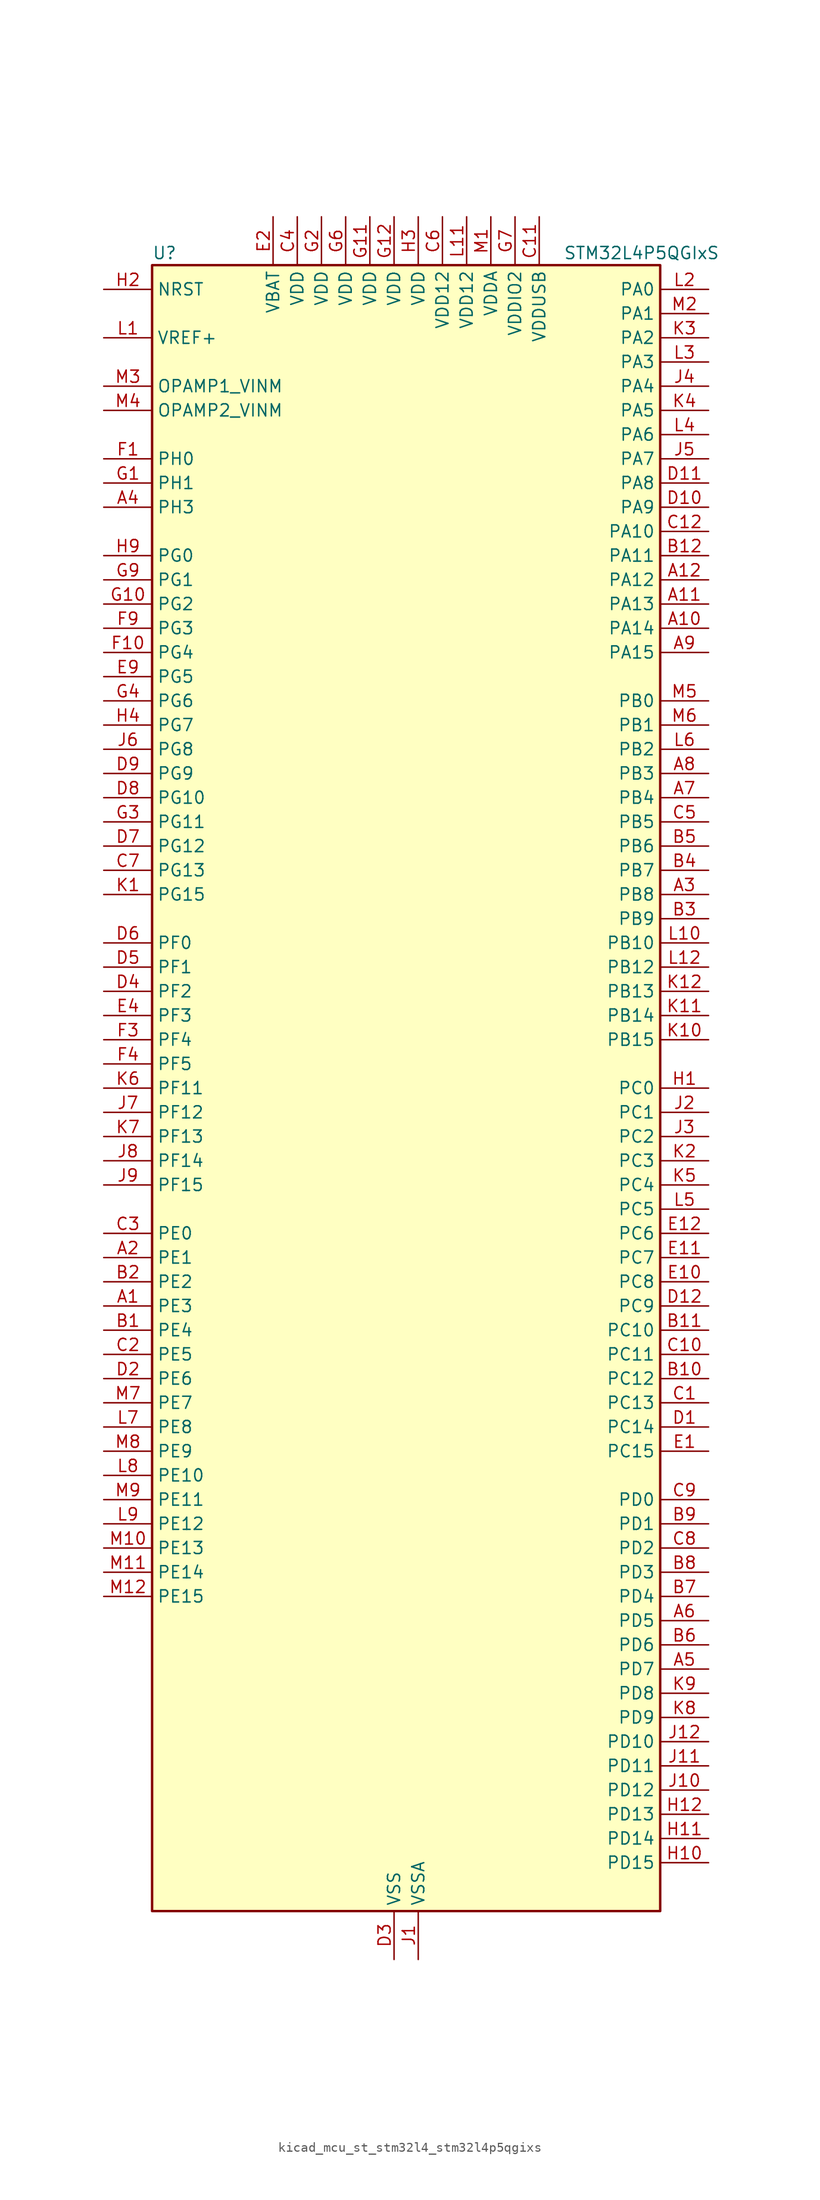
<source format=kicad_sym>
(kicad_symbol_lib
  (version 20220914)
  (generator kicad_symbol_editor)
  (symbol "kicad_mcu_st_stm32l4_stm32l4p5qgixs"
    (property "Reference" "U"
      (at -25.4 87.63 0)
      (effects (font (size 1.27 1.27)) (justify left)))
    (property "Value" "STM32L4P5QGIxS"
      (at 17.78 87.63 0)
      (effects (font (size 1.27 1.27)) (justify left)))
    (property "ki_locked" ""
      (at 0 0 0)
      (effects (font (size 1.27 1.27))))
    (symbol "kicad_mcu_st_stm32l4_stm32l4p5qgixs_0_1"
      (rectangle (start -25.4 -86.36) (end 27.94 86.36) (stroke (width 0.254) (type default)) (fill (type background))))
    (symbol "kicad_mcu_st_stm32l4_stm32l4p5qgixs_1_1"
      (pin bidirectional line (at -30.48 -22.86 0) (length 5.08) (name "PE3" (effects (font (size 1.27 1.27)))) (number "A1" (effects (font (size 1.27 1.27)))) (alternate "FMC_A19" bidirectional line) (alternate "LTDC_R6" bidirectional line) (alternate "OCTOSPIM_P1_DQS" bidirectional line) (alternate "SAI1_SD_B" bidirectional line) (alternate "SYS_TRACED0" bidirectional line) (alternate "TIM3_CH1" bidirectional line) (alternate "TSC_G7_IO2" bidirectional line))
      (pin bidirectional line (at 33.02 48.26 180) (length 5.08) (name "PA14" (effects (font (size 1.27 1.27)))) (number "A10" (effects (font (size 1.27 1.27)))) (alternate "I2C1_SMBA" bidirectional line) (alternate "I2C4_SMBA" bidirectional line) (alternate "LPTIM1_OUT" bidirectional line) (alternate "SAI1_FS_B" bidirectional line) (alternate "SYS_JTCK-SWCLK" bidirectional line) (alternate "USB_OTG_FS_SOF" bidirectional line))
      (pin bidirectional line (at 33.02 50.8 180) (length 5.08) (name "PA13" (effects (font (size 1.27 1.27)))) (number "A11" (effects (font (size 1.27 1.27)))) (alternate "IR_OUT" bidirectional line) (alternate "SAI1_SD_B" bidirectional line) (alternate "SYS_JTMS-SWDIO" bidirectional line) (alternate "USB_OTG_FS_NOE" bidirectional line))
      (pin bidirectional line (at 33.02 53.34 180) (length 5.08) (name "PA12" (effects (font (size 1.27 1.27)))) (number "A12" (effects (font (size 1.27 1.27)))) (alternate "CAN1_TX" bidirectional line) (alternate "LTDC_VSYNC" bidirectional line) (alternate "OCTOSPIM_P2_NCS" bidirectional line) (alternate "SPI1_MOSI" bidirectional line) (alternate "TIM1_ETR" bidirectional line) (alternate "USART1_DE" bidirectional line) (alternate "USART1_RTS" bidirectional line) (alternate "USB_OTG_FS_DP" bidirectional line))
      (pin bidirectional line (at -30.48 -17.78 0) (length 5.08) (name "PE1" (effects (font (size 1.27 1.27)))) (number "A2" (effects (font (size 1.27 1.27)))) (alternate "DCMI_D3" bidirectional line) (alternate "FMC_NBL1" bidirectional line) (alternate "LTDC_VSYNC" bidirectional line) (alternate "PSSI_D3" bidirectional line) (alternate "TIM17_CH1" bidirectional line))
      (pin bidirectional line (at 33.02 20.32 180) (length 5.08) (name "PB8" (effects (font (size 1.27 1.27)))) (number "A3" (effects (font (size 1.27 1.27)))) (alternate "CAN1_RX" bidirectional line) (alternate "DCMI_D6" bidirectional line) (alternate "DFSDM1_CKOUT" bidirectional line) (alternate "I2C1_SCL" bidirectional line) (alternate "LTDC_DE" bidirectional line) (alternate "PSSI_D6" bidirectional line) (alternate "SAI1_CK1" bidirectional line) (alternate "SAI1_MCLK_A" bidirectional line) (alternate "SDMMC1_CKIN" bidirectional line) (alternate "SDMMC1_D4" bidirectional line) (alternate "SDMMC2_D4" bidirectional line) (alternate "TIM16_CH1" bidirectional line) (alternate "TIM4_CH3" bidirectional line))
      (pin bidirectional line (at -30.48 60.96 0) (length 5.08) (name "PH3" (effects (font (size 1.27 1.27)))) (number "A4" (effects (font (size 1.27 1.27)))))
      (pin bidirectional line (at 33.02 -60.96 180) (length 5.08) (name "PD7" (effects (font (size 1.27 1.27)))) (number "A5" (effects (font (size 1.27 1.27)))) (alternate "DFSDM1_CKIN1" bidirectional line) (alternate "FMC_NCE" bidirectional line) (alternate "FMC_NE1" bidirectional line) (alternate "OCTOSPIM_P1_IO7" bidirectional line) (alternate "SDMMC2_CMD" bidirectional line) (alternate "USART2_CK" bidirectional line))
      (pin bidirectional line (at 33.02 -55.88 180) (length 5.08) (name "PD5" (effects (font (size 1.27 1.27)))) (number "A6" (effects (font (size 1.27 1.27)))) (alternate "FMC_NWE" bidirectional line) (alternate "OCTOSPIM_P1_IO5" bidirectional line) (alternate "USART2_TX" bidirectional line))
      (pin bidirectional line (at 33.02 30.48 180) (length 5.08) (name "PB4" (effects (font (size 1.27 1.27)))) (number "A7" (effects (font (size 1.27 1.27)))) (alternate "COMP2_INP" bidirectional line) (alternate "DCMI_D12" bidirectional line) (alternate "I2C3_SDA" bidirectional line) (alternate "OCTOSPIM_P1_IO5" bidirectional line) (alternate "PSSI_D12" bidirectional line) (alternate "SAI1_MCLK_B" bidirectional line) (alternate "SDMMC2_D3" bidirectional line) (alternate "SPI1_MISO" bidirectional line) (alternate "SPI3_MISO" bidirectional line) (alternate "SYS_JTRST" bidirectional line) (alternate "TIM17_BKIN" bidirectional line) (alternate "TIM3_CH1" bidirectional line) (alternate "TSC_G2_IO1" bidirectional line) (alternate "UART5_DE" bidirectional line) (alternate "UART5_RTS" bidirectional line) (alternate "USART1_CTS" bidirectional line) (alternate "USART1_NSS" bidirectional line))
      (pin bidirectional line (at 33.02 33.02 180) (length 5.08) (name "PB3" (effects (font (size 1.27 1.27)))) (number "A8" (effects (font (size 1.27 1.27)))) (alternate "COMP2_INM" bidirectional line) (alternate "CRS_SYNC" bidirectional line) (alternate "OCTOSPIM_P1_IO4" bidirectional line) (alternate "SAI1_SCK_B" bidirectional line) (alternate "SDMMC2_D2" bidirectional line) (alternate "SPI1_SCK" bidirectional line) (alternate "SPI3_SCK" bidirectional line) (alternate "SYS_JTDO-SWO" bidirectional line) (alternate "TIM2_CH2" bidirectional line) (alternate "USART1_DE" bidirectional line) (alternate "USART1_RTS" bidirectional line))
      (pin bidirectional line (at 33.02 45.72 180) (length 5.08) (name "PA15" (effects (font (size 1.27 1.27)))) (number "A9" (effects (font (size 1.27 1.27)))) (alternate "ADC1_EXTI15" bidirectional line) (alternate "ADC2_EXTI15" bidirectional line) (alternate "LTDC_HSYNC" bidirectional line) (alternate "SAI2_FS_B" bidirectional line) (alternate "SPI1_NSS" bidirectional line) (alternate "SPI3_NSS" bidirectional line) (alternate "SYS_JTDI" bidirectional line) (alternate "TIM2_CH1" bidirectional line) (alternate "TIM2_ETR" bidirectional line) (alternate "TSC_G3_IO1" bidirectional line) (alternate "UART4_DE" bidirectional line) (alternate "UART4_RTS" bidirectional line) (alternate "USART2_RX" bidirectional line) (alternate "USART3_DE" bidirectional line) (alternate "USART3_RTS" bidirectional line))
      (pin bidirectional line (at -30.48 -25.4 0) (length 5.08) (name "PE4" (effects (font (size 1.27 1.27)))) (number "B1" (effects (font (size 1.27 1.27)))) (alternate "DCMI_D4" bidirectional line) (alternate "DFSDM1_DATIN3" bidirectional line) (alternate "FMC_A20" bidirectional line) (alternate "LTDC_B7" bidirectional line) (alternate "PSSI_D4" bidirectional line) (alternate "SAI1_D2" bidirectional line) (alternate "SAI1_FS_A" bidirectional line) (alternate "SYS_TRACED1" bidirectional line) (alternate "TIM3_CH2" bidirectional line) (alternate "TSC_G7_IO3" bidirectional line))
      (pin bidirectional line (at 33.02 -30.48 180) (length 5.08) (name "PC12" (effects (font (size 1.27 1.27)))) (number "B10" (effects (font (size 1.27 1.27)))) (alternate "DCMI_D9" bidirectional line) (alternate "LTDC_R6" bidirectional line) (alternate "PSSI_D9" bidirectional line) (alternate "SAI2_SD_B" bidirectional line) (alternate "SDMMC1_CK" bidirectional line) (alternate "SPI3_MOSI" bidirectional line) (alternate "SYS_TRACED3" bidirectional line) (alternate "TSC_G3_IO4" bidirectional line) (alternate "UART5_TX" bidirectional line) (alternate "USART3_CK" bidirectional line))
      (pin bidirectional line (at 33.02 -25.4 180) (length 5.08) (name "PC10" (effects (font (size 1.27 1.27)))) (number "B11" (effects (font (size 1.27 1.27)))) (alternate "DCMI_D8" bidirectional line) (alternate "DCMI_VSYNC" bidirectional line) (alternate "PSSI_D8" bidirectional line) (alternate "PSSI_RDY" bidirectional line) (alternate "SAI2_SCK_B" bidirectional line) (alternate "SDMMC1_D2" bidirectional line) (alternate "SPI3_SCK" bidirectional line) (alternate "SYS_TRACED1" bidirectional line) (alternate "TSC_G3_IO2" bidirectional line) (alternate "UART4_TX" bidirectional line) (alternate "USART3_TX" bidirectional line))
      (pin bidirectional line (at 33.02 55.88 180) (length 5.08) (name "PA11" (effects (font (size 1.27 1.27)))) (number "B12" (effects (font (size 1.27 1.27)))) (alternate "ADC1_EXTI11" bidirectional line) (alternate "ADC2_EXTI11" bidirectional line) (alternate "CAN1_RX" bidirectional line) (alternate "LTDC_DE" bidirectional line) (alternate "SPI1_MISO" bidirectional line) (alternate "TIM1_BKIN2" bidirectional line) (alternate "TIM1_CH4" bidirectional line) (alternate "USART1_CTS" bidirectional line) (alternate "USART1_NSS" bidirectional line) (alternate "USB_OTG_FS_DM" bidirectional line))
      (pin bidirectional line (at -30.48 -20.32 0) (length 5.08) (name "PE2" (effects (font (size 1.27 1.27)))) (number "B2" (effects (font (size 1.27 1.27)))) (alternate "FMC_A23" bidirectional line) (alternate "LTDC_R7" bidirectional line) (alternate "SAI1_CK1" bidirectional line) (alternate "SAI1_MCLK_A" bidirectional line) (alternate "SYS_TRACECLK" bidirectional line) (alternate "TIM3_ETR" bidirectional line) (alternate "TSC_G7_IO1" bidirectional line))
      (pin bidirectional line (at 33.02 17.78 180) (length 5.08) (name "PB9" (effects (font (size 1.27 1.27)))) (number "B3" (effects (font (size 1.27 1.27)))) (alternate "CAN1_TX" bidirectional line) (alternate "DAC1_EXTI9" bidirectional line) (alternate "DCMI_D7" bidirectional line) (alternate "I2C1_SDA" bidirectional line) (alternate "IR_OUT" bidirectional line) (alternate "PSSI_D7" bidirectional line) (alternate "SAI1_D2" bidirectional line) (alternate "SAI1_FS_A" bidirectional line) (alternate "SDMMC1_CDIR" bidirectional line) (alternate "SDMMC1_D5" bidirectional line) (alternate "SDMMC2_D5" bidirectional line) (alternate "SPI2_NSS" bidirectional line) (alternate "TIM17_CH1" bidirectional line) (alternate "TIM4_CH4" bidirectional line))
      (pin bidirectional line (at 33.02 22.86 180) (length 5.08) (name "PB7" (effects (font (size 1.27 1.27)))) (number "B4" (effects (font (size 1.27 1.27)))) (alternate "COMP2_INM" bidirectional line) (alternate "DCMI_VSYNC" bidirectional line) (alternate "FMC_NL" bidirectional line) (alternate "I2C1_SDA" bidirectional line) (alternate "I2C4_SDA" bidirectional line) (alternate "LPTIM1_IN2" bidirectional line) (alternate "LTDC_VSYNC" bidirectional line) (alternate "PSSI_RDY" bidirectional line) (alternate "SYS_PVD_IN" bidirectional line) (alternate "TIM17_CH1N" bidirectional line) (alternate "TIM4_CH2" bidirectional line) (alternate "TIM8_BKIN" bidirectional line) (alternate "TSC_G2_IO4" bidirectional line) (alternate "UART4_CTS" bidirectional line) (alternate "USART1_RX" bidirectional line))
      (pin bidirectional line (at 33.02 25.4 180) (length 5.08) (name "PB6" (effects (font (size 1.27 1.27)))) (number "B5" (effects (font (size 1.27 1.27)))) (alternate "COMP2_INP" bidirectional line) (alternate "DCMI_D5" bidirectional line) (alternate "I2C1_SCL" bidirectional line) (alternate "I2C4_SCL" bidirectional line) (alternate "LPTIM1_ETR" bidirectional line) (alternate "LTDC_R6" bidirectional line) (alternate "PSSI_D5" bidirectional line) (alternate "SAI1_FS_B" bidirectional line) (alternate "TIM16_CH1N" bidirectional line) (alternate "TIM4_CH1" bidirectional line) (alternate "TIM8_BKIN2" bidirectional line) (alternate "TSC_G2_IO3" bidirectional line) (alternate "USART1_TX" bidirectional line))
      (pin bidirectional line (at 33.02 -58.42 180) (length 5.08) (name "PD6" (effects (font (size 1.27 1.27)))) (number "B6" (effects (font (size 1.27 1.27)))) (alternate "DCMI_D10" bidirectional line) (alternate "DFSDM1_DATIN1" bidirectional line) (alternate "FMC_NWAIT" bidirectional line) (alternate "LTDC_DE" bidirectional line) (alternate "OCTOSPIM_P1_IO6" bidirectional line) (alternate "PSSI_D10" bidirectional line) (alternate "SAI1_D1" bidirectional line) (alternate "SAI1_SD_A" bidirectional line) (alternate "SDMMC2_CK" bidirectional line) (alternate "SPI3_MOSI" bidirectional line) (alternate "USART2_RX" bidirectional line))
      (pin bidirectional line (at 33.02 -53.34 180) (length 5.08) (name "PD4" (effects (font (size 1.27 1.27)))) (number "B7" (effects (font (size 1.27 1.27)))) (alternate "DFSDM1_CKIN0" bidirectional line) (alternate "FMC_NOE" bidirectional line) (alternate "OCTOSPIM_P1_IO4" bidirectional line) (alternate "SDMMC2_CKIN" bidirectional line) (alternate "SPI2_MOSI" bidirectional line) (alternate "USART2_DE" bidirectional line) (alternate "USART2_RTS" bidirectional line))
      (pin bidirectional line (at 33.02 -50.8 180) (length 5.08) (name "PD3" (effects (font (size 1.27 1.27)))) (number "B8" (effects (font (size 1.27 1.27)))) (alternate "DCMI_D5" bidirectional line) (alternate "DFSDM1_DATIN0" bidirectional line) (alternate "FMC_CLK" bidirectional line) (alternate "LTDC_CLK" bidirectional line) (alternate "OCTOSPIM_P2_NCS" bidirectional line) (alternate "PSSI_D5" bidirectional line) (alternate "SPI2_MISO" bidirectional line) (alternate "SPI2_SCK" bidirectional line) (alternate "USART2_CTS" bidirectional line) (alternate "USART2_NSS" bidirectional line))
      (pin bidirectional line (at 33.02 -45.72 180) (length 5.08) (name "PD1" (effects (font (size 1.27 1.27)))) (number "B9" (effects (font (size 1.27 1.27)))) (alternate "CAN1_TX" bidirectional line) (alternate "FMC_D3" bidirectional line) (alternate "FMC_DA3" bidirectional line) (alternate "LTDC_B5" bidirectional line) (alternate "SPI2_SCK" bidirectional line))
      (pin bidirectional line (at 33.02 -33.02 180) (length 5.08) (name "PC13" (effects (font (size 1.27 1.27)))) (number "C1" (effects (font (size 1.27 1.27)))) (alternate "RTC_OUT1" bidirectional line) (alternate "RTC_TAMP1" bidirectional line) (alternate "RTC_TS" bidirectional line) (alternate "SYS_WKUP2" bidirectional line))
      (pin bidirectional line (at 33.02 -27.94 180) (length 5.08) (name "PC11" (effects (font (size 1.27 1.27)))) (number "C10" (effects (font (size 1.27 1.27)))) (alternate "ADC1_EXTI11" bidirectional line) (alternate "ADC2_EXTI11" bidirectional line) (alternate "DCMI_D2" bidirectional line) (alternate "DCMI_D4" bidirectional line) (alternate "OCTOSPIM_P1_NCS" bidirectional line) (alternate "PSSI_D2" bidirectional line) (alternate "PSSI_D4" bidirectional line) (alternate "SAI2_MCLK_B" bidirectional line) (alternate "SDMMC1_D3" bidirectional line) (alternate "SPI3_MISO" bidirectional line) (alternate "TSC_G3_IO3" bidirectional line) (alternate "UART4_RX" bidirectional line) (alternate "USART3_RX" bidirectional line))
      (pin power_in line (at 15.24 91.44 270) (length 5.08) (name "VDDUSB" (effects (font (size 1.27 1.27)))) (number "C11" (effects (font (size 1.27 1.27)))))
      (pin bidirectional line (at 33.02 58.42 180) (length 5.08) (name "PA10" (effects (font (size 1.27 1.27)))) (number "C12" (effects (font (size 1.27 1.27)))) (alternate "DCMI_D1" bidirectional line) (alternate "LTDC_G6" bidirectional line) (alternate "PSSI_D1" bidirectional line) (alternate "SAI1_D1" bidirectional line) (alternate "SAI1_SD_A" bidirectional line) (alternate "TIM17_BKIN" bidirectional line) (alternate "TIM1_CH3" bidirectional line) (alternate "USART1_RX" bidirectional line) (alternate "USB_OTG_FS_ID" bidirectional line))
      (pin bidirectional line (at -30.48 -27.94 0) (length 5.08) (name "PE5" (effects (font (size 1.27 1.27)))) (number "C2" (effects (font (size 1.27 1.27)))) (alternate "DCMI_D6" bidirectional line) (alternate "DFSDM1_CKIN3" bidirectional line) (alternate "FMC_A21" bidirectional line) (alternate "LTDC_G7" bidirectional line) (alternate "PSSI_D6" bidirectional line) (alternate "SAI1_CK2" bidirectional line) (alternate "SAI1_SCK_A" bidirectional line) (alternate "SYS_TRACED2" bidirectional line) (alternate "TIM3_CH3" bidirectional line) (alternate "TSC_G7_IO4" bidirectional line))
      (pin bidirectional line (at -30.48 -15.24 0) (length 5.08) (name "PE0" (effects (font (size 1.27 1.27)))) (number "C3" (effects (font (size 1.27 1.27)))) (alternate "DCMI_D2" bidirectional line) (alternate "FMC_NBL0" bidirectional line) (alternate "LTDC_HSYNC" bidirectional line) (alternate "PSSI_D2" bidirectional line) (alternate "TIM16_CH1" bidirectional line) (alternate "TIM4_ETR" bidirectional line))
      (pin power_in line (at -10.16 91.44 270) (length 5.08) (name "VDD" (effects (font (size 1.27 1.27)))) (number "C4" (effects (font (size 1.27 1.27)))))
      (pin bidirectional line (at 33.02 27.94 180) (length 5.08) (name "PB5" (effects (font (size 1.27 1.27)))) (number "C5" (effects (font (size 1.27 1.27)))) (alternate "COMP2_OUT" bidirectional line) (alternate "DCMI_D10" bidirectional line) (alternate "I2C1_SMBA" bidirectional line) (alternate "LPTIM1_IN1" bidirectional line) (alternate "OCTOSPIM_P1_IO0" bidirectional line) (alternate "PSSI_D10" bidirectional line) (alternate "SAI1_SD_B" bidirectional line) (alternate "SPI1_MOSI" bidirectional line) (alternate "SPI3_MOSI" bidirectional line) (alternate "TIM16_BKIN" bidirectional line) (alternate "TIM3_CH2" bidirectional line) (alternate "TSC_G2_IO2" bidirectional line) (alternate "UART5_CTS" bidirectional line) (alternate "USART1_CK" bidirectional line))
      (pin power_in line (at 5.08 91.44 270) (length 5.08) (name "VDD12" (effects (font (size 1.27 1.27)))) (number "C6" (effects (font (size 1.27 1.27)))))
      (pin bidirectional line (at -30.48 22.86 0) (length 5.08) (name "PG13" (effects (font (size 1.27 1.27)))) (number "C7" (effects (font (size 1.27 1.27)))) (alternate "FMC_A24" bidirectional line) (alternate "I2C1_SDA" bidirectional line) (alternate "LTDC_R0" bidirectional line) (alternate "USART1_CK" bidirectional line))
      (pin bidirectional line (at 33.02 -48.26 180) (length 5.08) (name "PD2" (effects (font (size 1.27 1.27)))) (number "C8" (effects (font (size 1.27 1.27)))) (alternate "DCMI_D11" bidirectional line) (alternate "PSSI_D11" bidirectional line) (alternate "SDMMC1_CMD" bidirectional line) (alternate "SYS_TRACED2" bidirectional line) (alternate "TIM3_ETR" bidirectional line) (alternate "TSC_SYNC" bidirectional line) (alternate "UART5_RX" bidirectional line) (alternate "USART3_DE" bidirectional line) (alternate "USART3_RTS" bidirectional line))
      (pin bidirectional line (at 33.02 -43.18 180) (length 5.08) (name "PD0" (effects (font (size 1.27 1.27)))) (number "C9" (effects (font (size 1.27 1.27)))) (alternate "CAN1_RX" bidirectional line) (alternate "FMC_D2" bidirectional line) (alternate "FMC_DA2" bidirectional line) (alternate "LTDC_B4" bidirectional line) (alternate "SPI2_NSS" bidirectional line))
      (pin bidirectional line (at 33.02 -35.56 180) (length 5.08) (name "PC14" (effects (font (size 1.27 1.27)))) (number "D1" (effects (font (size 1.27 1.27)))) (alternate "RCC_OSC32_IN" bidirectional line))
      (pin bidirectional line (at 33.02 60.96 180) (length 5.08) (name "PA9" (effects (font (size 1.27 1.27)))) (number "D10" (effects (font (size 1.27 1.27)))) (alternate "DAC1_EXTI9" bidirectional line) (alternate "DCMI_D0" bidirectional line) (alternate "LTDC_G7" bidirectional line) (alternate "PSSI_D0" bidirectional line) (alternate "SAI1_FS_A" bidirectional line) (alternate "SPI2_SCK" bidirectional line) (alternate "TIM15_BKIN" bidirectional line) (alternate "TIM1_CH2" bidirectional line) (alternate "USART1_TX" bidirectional line) (alternate "USB_OTG_FS_VBUS" bidirectional line))
      (pin bidirectional line (at 33.02 63.5 180) (length 5.08) (name "PA8" (effects (font (size 1.27 1.27)))) (number "D11" (effects (font (size 1.27 1.27)))) (alternate "LPTIM2_OUT" bidirectional line) (alternate "LTDC_B7" bidirectional line) (alternate "RCC_MCO" bidirectional line) (alternate "SAI1_CK2" bidirectional line) (alternate "SAI1_SCK_A" bidirectional line) (alternate "TIM1_CH1" bidirectional line) (alternate "USART1_CK" bidirectional line) (alternate "USB_OTG_FS_SOF" bidirectional line))
      (pin bidirectional line (at 33.02 -22.86 180) (length 5.08) (name "PC9" (effects (font (size 1.27 1.27)))) (number "D12" (effects (font (size 1.27 1.27)))) (alternate "DAC1_EXTI9" bidirectional line) (alternate "DCMI_D3" bidirectional line) (alternate "I2C3_SDA" bidirectional line) (alternate "PSSI_D3" bidirectional line) (alternate "SAI2_EXTCLK" bidirectional line) (alternate "SDMMC1_D1" bidirectional line) (alternate "SYS_TRACED0" bidirectional line) (alternate "TIM3_CH4" bidirectional line) (alternate "TIM8_BKIN2" bidirectional line) (alternate "TIM8_CH4" bidirectional line) (alternate "TSC_G4_IO4" bidirectional line) (alternate "USB_OTG_FS_NOE" bidirectional line))
      (pin bidirectional line (at -30.48 -30.48 0) (length 5.08) (name "PE6" (effects (font (size 1.27 1.27)))) (number "D2" (effects (font (size 1.27 1.27)))) (alternate "DCMI_D7" bidirectional line) (alternate "FMC_A22" bidirectional line) (alternate "LTDC_G6" bidirectional line) (alternate "PSSI_D7" bidirectional line) (alternate "RTC_TAMP3" bidirectional line) (alternate "SAI1_D1" bidirectional line) (alternate "SAI1_SD_A" bidirectional line) (alternate "SYS_TRACED3" bidirectional line) (alternate "SYS_WKUP3" bidirectional line) (alternate "TIM3_CH4" bidirectional line))
      (pin power_in line (at 0 -91.44 90) (length 5.08) (name "VSS" (effects (font (size 1.27 1.27)))) (number "D3" (effects (font (size 1.27 1.27)))))
      (pin bidirectional line (at -30.48 10.16 0) (length 5.08) (name "PF2" (effects (font (size 1.27 1.27)))) (number "D4" (effects (font (size 1.27 1.27)))) (alternate "FMC_A2" bidirectional line) (alternate "I2C2_SMBA" bidirectional line) (alternate "OCTOSPIM_P2_IO2" bidirectional line))
      (pin bidirectional line (at -30.48 12.7 0) (length 5.08) (name "PF1" (effects (font (size 1.27 1.27)))) (number "D5" (effects (font (size 1.27 1.27)))) (alternate "FMC_A1" bidirectional line) (alternate "I2C2_SCL" bidirectional line) (alternate "OCTOSPIM_P2_IO1" bidirectional line))
      (pin bidirectional line (at -30.48 15.24 0) (length 5.08) (name "PF0" (effects (font (size 1.27 1.27)))) (number "D6" (effects (font (size 1.27 1.27)))) (alternate "FMC_A0" bidirectional line) (alternate "I2C2_SDA" bidirectional line) (alternate "OCTOSPIM_P2_IO0" bidirectional line))
      (pin bidirectional line (at -30.48 25.4 0) (length 5.08) (name "PG12" (effects (font (size 1.27 1.27)))) (number "D7" (effects (font (size 1.27 1.27)))) (alternate "FMC_NE4" bidirectional line) (alternate "LPTIM1_ETR" bidirectional line) (alternate "OCTOSPIM_P2_NCS" bidirectional line) (alternate "SAI2_SD_A" bidirectional line) (alternate "SDMMC2_D3" bidirectional line) (alternate "SPI3_NSS" bidirectional line) (alternate "USART1_DE" bidirectional line) (alternate "USART1_RTS" bidirectional line))
      (pin bidirectional line (at -30.48 30.48 0) (length 5.08) (name "PG10" (effects (font (size 1.27 1.27)))) (number "D8" (effects (font (size 1.27 1.27)))) (alternate "FMC_NE3" bidirectional line) (alternate "LPTIM1_IN1" bidirectional line) (alternate "OCTOSPIM_P2_IO7" bidirectional line) (alternate "SAI2_FS_A" bidirectional line) (alternate "SDMMC2_D1" bidirectional line) (alternate "SPI3_MISO" bidirectional line) (alternate "TIM15_CH1" bidirectional line) (alternate "USART1_RX" bidirectional line))
      (pin bidirectional line (at -30.48 33.02 0) (length 5.08) (name "PG9" (effects (font (size 1.27 1.27)))) (number "D9" (effects (font (size 1.27 1.27)))) (alternate "DAC1_EXTI9" bidirectional line) (alternate "FMC_NCE" bidirectional line) (alternate "FMC_NE2" bidirectional line) (alternate "OCTOSPIM_P2_IO6" bidirectional line) (alternate "SAI2_SCK_A" bidirectional line) (alternate "SDMMC2_D0" bidirectional line) (alternate "SPI3_SCK" bidirectional line) (alternate "TIM15_CH1N" bidirectional line) (alternate "USART1_TX" bidirectional line))
      (pin bidirectional line (at 33.02 -38.1 180) (length 5.08) (name "PC15" (effects (font (size 1.27 1.27)))) (number "E1" (effects (font (size 1.27 1.27)))) (alternate "ADC1_EXTI15" bidirectional line) (alternate "ADC2_EXTI15" bidirectional line) (alternate "RCC_OSC32_OUT" bidirectional line))
      (pin bidirectional line (at 33.02 -20.32 180) (length 5.08) (name "PC8" (effects (font (size 1.27 1.27)))) (number "E10" (effects (font (size 1.27 1.27)))) (alternate "DCMI_D2" bidirectional line) (alternate "PSSI_D2" bidirectional line) (alternate "SDMMC1_D0" bidirectional line) (alternate "TIM3_CH3" bidirectional line) (alternate "TIM8_CH3" bidirectional line) (alternate "TSC_G4_IO3" bidirectional line))
      (pin bidirectional line (at 33.02 -17.78 180) (length 5.08) (name "PC7" (effects (font (size 1.27 1.27)))) (number "E11" (effects (font (size 1.27 1.27)))) (alternate "DCMI_D1" bidirectional line) (alternate "DFSDM1_DATIN3" bidirectional line) (alternate "LTDC_B6" bidirectional line) (alternate "PSSI_D1" bidirectional line) (alternate "SAI2_MCLK_B" bidirectional line) (alternate "SDMMC1_D123DIR" bidirectional line) (alternate "SDMMC1_D7" bidirectional line) (alternate "SDMMC2_D7" bidirectional line) (alternate "TIM3_CH2" bidirectional line) (alternate "TIM8_CH2" bidirectional line) (alternate "TSC_G4_IO2" bidirectional line))
      (pin bidirectional line (at 33.02 -15.24 180) (length 5.08) (name "PC6" (effects (font (size 1.27 1.27)))) (number "E12" (effects (font (size 1.27 1.27)))) (alternate "DCMI_D0" bidirectional line) (alternate "DFSDM1_CKIN3" bidirectional line) (alternate "LTDC_G7" bidirectional line) (alternate "PSSI_D0" bidirectional line) (alternate "SAI2_MCLK_A" bidirectional line) (alternate "SDMMC1_D0DIR" bidirectional line) (alternate "SDMMC1_D6" bidirectional line) (alternate "SDMMC2_D6" bidirectional line) (alternate "TIM3_CH1" bidirectional line) (alternate "TIM8_CH1" bidirectional line) (alternate "TSC_G4_IO1" bidirectional line))
      (pin power_in line (at -12.7 91.44 270) (length 5.08) (name "VBAT" (effects (font (size 1.27 1.27)))) (number "E2" (effects (font (size 1.27 1.27)))))
      (pin passive line (at 0 -91.44 90) (length 5.08) hide (name "VSS" (effects (font (size 1.27 1.27)))) (number "E3" (effects (font (size 1.27 1.27)))))
      (pin bidirectional line (at -30.48 7.62 0) (length 5.08) (name "PF3" (effects (font (size 1.27 1.27)))) (number "E4" (effects (font (size 1.27 1.27)))) (alternate "FMC_A3" bidirectional line) (alternate "OCTOSPIM_P2_IO3" bidirectional line))
      (pin bidirectional line (at -30.48 43.18 0) (length 5.08) (name "PG5" (effects (font (size 1.27 1.27)))) (number "E9" (effects (font (size 1.27 1.27)))) (alternate "FMC_A15" bidirectional line) (alternate "LPUART1_CTS" bidirectional line) (alternate "SAI2_SD_B" bidirectional line) (alternate "SDMMC2_D7" bidirectional line) (alternate "SPI1_NSS" bidirectional line))
      (pin bidirectional line (at -30.48 66.04 0) (length 5.08) (name "PH0" (effects (font (size 1.27 1.27)))) (number "F1" (effects (font (size 1.27 1.27)))) (alternate "RCC_OSC_IN" bidirectional line))
      (pin bidirectional line (at -30.48 45.72 0) (length 5.08) (name "PG4" (effects (font (size 1.27 1.27)))) (number "F10" (effects (font (size 1.27 1.27)))) (alternate "FMC_A14" bidirectional line) (alternate "SAI2_MCLK_B" bidirectional line) (alternate "SDMMC2_D6" bidirectional line) (alternate "SPI1_MOSI" bidirectional line))
      (pin passive line (at 0 -91.44 90) (length 5.08) hide (name "VSS" (effects (font (size 1.27 1.27)))) (number "F11" (effects (font (size 1.27 1.27)))))
      (pin passive line (at 0 -91.44 90) (length 5.08) hide (name "VSS" (effects (font (size 1.27 1.27)))) (number "F12" (effects (font (size 1.27 1.27)))))
      (pin passive line (at 0 -91.44 90) (length 5.08) hide (name "VSS" (effects (font (size 1.27 1.27)))) (number "F2" (effects (font (size 1.27 1.27)))))
      (pin bidirectional line (at -30.48 5.08 0) (length 5.08) (name "PF4" (effects (font (size 1.27 1.27)))) (number "F3" (effects (font (size 1.27 1.27)))) (alternate "FMC_A4" bidirectional line) (alternate "OCTOSPIM_P2_CLK" bidirectional line))
      (pin bidirectional line (at -30.48 2.54 0) (length 5.08) (name "PF5" (effects (font (size 1.27 1.27)))) (number "F4" (effects (font (size 1.27 1.27)))) (alternate "FMC_A5" bidirectional line) (alternate "OCTOSPIM_P2_NCLK" bidirectional line))
      (pin passive line (at 0 -91.44 90) (length 5.08) hide (name "VSS" (effects (font (size 1.27 1.27)))) (number "F6" (effects (font (size 1.27 1.27)))))
      (pin passive line (at 0 -91.44 90) (length 5.08) hide (name "VSS" (effects (font (size 1.27 1.27)))) (number "F7" (effects (font (size 1.27 1.27)))))
      (pin bidirectional line (at -30.48 48.26 0) (length 5.08) (name "PG3" (effects (font (size 1.27 1.27)))) (number "F9" (effects (font (size 1.27 1.27)))) (alternate "FMC_A13" bidirectional line) (alternate "SAI2_FS_B" bidirectional line) (alternate "SDMMC2_D5" bidirectional line) (alternate "SPI1_MISO" bidirectional line))
      (pin bidirectional line (at -30.48 63.5 0) (length 5.08) (name "PH1" (effects (font (size 1.27 1.27)))) (number "G1" (effects (font (size 1.27 1.27)))) (alternate "RCC_OSC_OUT" bidirectional line))
      (pin bidirectional line (at -30.48 50.8 0) (length 5.08) (name "PG2" (effects (font (size 1.27 1.27)))) (number "G10" (effects (font (size 1.27 1.27)))) (alternate "FMC_A12" bidirectional line) (alternate "SAI2_SCK_B" bidirectional line) (alternate "SDMMC2_D4" bidirectional line) (alternate "SPI1_SCK" bidirectional line))
      (pin power_in line (at -2.54 91.44 270) (length 5.08) (name "VDD" (effects (font (size 1.27 1.27)))) (number "G11" (effects (font (size 1.27 1.27)))))
      (pin power_in line (at 0 91.44 270) (length 5.08) (name "VDD" (effects (font (size 1.27 1.27)))) (number "G12" (effects (font (size 1.27 1.27)))))
      (pin power_in line (at -7.62 91.44 270) (length 5.08) (name "VDD" (effects (font (size 1.27 1.27)))) (number "G2" (effects (font (size 1.27 1.27)))))
      (pin bidirectional line (at -30.48 27.94 0) (length 5.08) (name "PG11" (effects (font (size 1.27 1.27)))) (number "G3" (effects (font (size 1.27 1.27)))) (alternate "ADC1_EXTI11" bidirectional line) (alternate "ADC2_EXTI11" bidirectional line) (alternate "LPTIM1_IN2" bidirectional line) (alternate "OCTOSPIM_P1_IO5" bidirectional line) (alternate "SAI2_MCLK_A" bidirectional line) (alternate "SDMMC2_D2" bidirectional line) (alternate "SPI3_MOSI" bidirectional line) (alternate "TIM15_CH2" bidirectional line) (alternate "USART1_CTS" bidirectional line) (alternate "USART1_NSS" bidirectional line))
      (pin bidirectional line (at -30.48 40.64 0) (length 5.08) (name "PG6" (effects (font (size 1.27 1.27)))) (number "G4" (effects (font (size 1.27 1.27)))) (alternate "I2C3_SMBA" bidirectional line) (alternate "LPUART1_DE" bidirectional line) (alternate "LPUART1_RTS" bidirectional line) (alternate "LTDC_R1" bidirectional line) (alternate "OCTOSPIM_P1_DQS" bidirectional line))
      (pin power_in line (at -5.08 91.44 270) (length 5.08) (name "VDD" (effects (font (size 1.27 1.27)))) (number "G6" (effects (font (size 1.27 1.27)))))
      (pin power_in line (at 12.7 91.44 270) (length 5.08) (name "VDDIO2" (effects (font (size 1.27 1.27)))) (number "G7" (effects (font (size 1.27 1.27)))))
      (pin bidirectional line (at -30.48 53.34 0) (length 5.08) (name "PG1" (effects (font (size 1.27 1.27)))) (number "G9" (effects (font (size 1.27 1.27)))) (alternate "FMC_A11" bidirectional line) (alternate "OCTOSPIM_P2_IO5" bidirectional line) (alternate "TSC_G8_IO4" bidirectional line))
      (pin bidirectional line (at 33.02 0 180) (length 5.08) (name "PC0" (effects (font (size 1.27 1.27)))) (number "H1" (effects (font (size 1.27 1.27)))) (alternate "ADC1_IN1" bidirectional line) (alternate "ADC2_IN1" bidirectional line) (alternate "I2C3_SCL" bidirectional line) (alternate "LPTIM1_IN1" bidirectional line) (alternate "LPTIM2_IN1" bidirectional line) (alternate "LPUART1_RX" bidirectional line) (alternate "LTDC_DE" bidirectional line) (alternate "SAI2_FS_A" bidirectional line) (alternate "SDMMC1_CMD" bidirectional line) (alternate "SDMMC2_CKIN" bidirectional line))
      (pin bidirectional line (at 33.02 -81.28 180) (length 5.08) (name "PD15" (effects (font (size 1.27 1.27)))) (number "H10" (effects (font (size 1.27 1.27)))) (alternate "ADC1_EXTI15" bidirectional line) (alternate "ADC2_EXTI15" bidirectional line) (alternate "FMC_D1" bidirectional line) (alternate "FMC_DA1" bidirectional line) (alternate "LTDC_B3" bidirectional line) (alternate "TIM4_CH4" bidirectional line))
      (pin bidirectional line (at 33.02 -78.74 180) (length 5.08) (name "PD14" (effects (font (size 1.27 1.27)))) (number "H11" (effects (font (size 1.27 1.27)))) (alternate "FMC_D0" bidirectional line) (alternate "FMC_DA0" bidirectional line) (alternate "LTDC_B2" bidirectional line) (alternate "TIM4_CH3" bidirectional line))
      (pin bidirectional line (at 33.02 -76.2 180) (length 5.08) (name "PD13" (effects (font (size 1.27 1.27)))) (number "H12" (effects (font (size 1.27 1.27)))) (alternate "FMC_A18" bidirectional line) (alternate "I2C4_SDA" bidirectional line) (alternate "LPTIM2_OUT" bidirectional line) (alternate "TIM4_CH2" bidirectional line) (alternate "TSC_G6_IO4" bidirectional line))
      (pin input line (at -30.48 83.82 0) (length 5.08) (name "NRST" (effects (font (size 1.27 1.27)))) (number "H2" (effects (font (size 1.27 1.27)))))
      (pin power_in line (at 2.54 91.44 270) (length 5.08) (name "VDD" (effects (font (size 1.27 1.27)))) (number "H3" (effects (font (size 1.27 1.27)))))
      (pin bidirectional line (at -30.48 38.1 0) (length 5.08) (name "PG7" (effects (font (size 1.27 1.27)))) (number "H4" (effects (font (size 1.27 1.27)))) (alternate "DFSDM1_CKOUT" bidirectional line) (alternate "FMC_INT" bidirectional line) (alternate "I2C3_SCL" bidirectional line) (alternate "LPUART1_TX" bidirectional line) (alternate "OCTOSPIM_P2_DQS" bidirectional line) (alternate "SAI1_CK1" bidirectional line) (alternate "SAI1_MCLK_A" bidirectional line))
      (pin bidirectional line (at -30.48 55.88 0) (length 5.08) (name "PG0" (effects (font (size 1.27 1.27)))) (number "H9" (effects (font (size 1.27 1.27)))) (alternate "FMC_A10" bidirectional line) (alternate "OCTOSPIM_P2_IO4" bidirectional line) (alternate "TSC_G8_IO3" bidirectional line))
      (pin power_in line (at 2.54 -91.44 90) (length 5.08) (name "VSSA" (effects (font (size 1.27 1.27)))) (number "J1" (effects (font (size 1.27 1.27)))))
      (pin bidirectional line (at 33.02 -73.66 180) (length 5.08) (name "PD12" (effects (font (size 1.27 1.27)))) (number "J10" (effects (font (size 1.27 1.27)))) (alternate "FMC_A17" bidirectional line) (alternate "FMC_ALE" bidirectional line) (alternate "I2C4_SCL" bidirectional line) (alternate "LPTIM2_IN1" bidirectional line) (alternate "LTDC_R7" bidirectional line) (alternate "SAI2_FS_A" bidirectional line) (alternate "TIM4_CH1" bidirectional line) (alternate "TSC_G6_IO3" bidirectional line) (alternate "USART3_DE" bidirectional line) (alternate "USART3_RTS" bidirectional line))
      (pin bidirectional line (at 33.02 -71.12 180) (length 5.08) (name "PD11" (effects (font (size 1.27 1.27)))) (number "J11" (effects (font (size 1.27 1.27)))) (alternate "ADC1_EXTI11" bidirectional line) (alternate "ADC2_EXTI11" bidirectional line) (alternate "FMC_A16" bidirectional line) (alternate "FMC_CLE" bidirectional line) (alternate "I2C4_SMBA" bidirectional line) (alternate "LPTIM2_ETR" bidirectional line) (alternate "LTDC_R6" bidirectional line) (alternate "SAI2_SD_A" bidirectional line) (alternate "TSC_G6_IO2" bidirectional line) (alternate "USART3_CTS" bidirectional line) (alternate "USART3_NSS" bidirectional line))
      (pin bidirectional line (at 33.02 -68.58 180) (length 5.08) (name "PD10" (effects (font (size 1.27 1.27)))) (number "J12" (effects (font (size 1.27 1.27)))) (alternate "FMC_D15" bidirectional line) (alternate "FMC_DA15" bidirectional line) (alternate "LTDC_R5" bidirectional line) (alternate "SAI2_SCK_A" bidirectional line) (alternate "TSC_G6_IO1" bidirectional line) (alternate "USART3_CK" bidirectional line))
      (pin bidirectional line (at 33.02 -2.54 180) (length 5.08) (name "PC1" (effects (font (size 1.27 1.27)))) (number "J2" (effects (font (size 1.27 1.27)))) (alternate "ADC1_IN2" bidirectional line) (alternate "ADC2_IN2" bidirectional line) (alternate "I2C3_SDA" bidirectional line) (alternate "LPTIM1_OUT" bidirectional line) (alternate "LPUART1_TX" bidirectional line) (alternate "OCTOSPIM_P1_IO4" bidirectional line) (alternate "SAI1_SD_A" bidirectional line) (alternate "SPI2_MOSI" bidirectional line) (alternate "SYS_TRACED0" bidirectional line))
      (pin bidirectional line (at 33.02 -5.08 180) (length 5.08) (name "PC2" (effects (font (size 1.27 1.27)))) (number "J3" (effects (font (size 1.27 1.27)))) (alternate "ADC1_IN3" bidirectional line) (alternate "ADC2_IN3" bidirectional line) (alternate "DFSDM1_CKOUT" bidirectional line) (alternate "LPTIM1_IN2" bidirectional line) (alternate "LTDC_HSYNC" bidirectional line) (alternate "OCTOSPIM_P1_IO5" bidirectional line) (alternate "SPI2_MISO" bidirectional line))
      (pin bidirectional line (at 33.02 73.66 180) (length 5.08) (name "PA4" (effects (font (size 1.27 1.27)))) (number "J4" (effects (font (size 1.27 1.27)))) (alternate "ADC1_IN9" bidirectional line) (alternate "ADC2_IN9" bidirectional line) (alternate "DAC1_OUT1" bidirectional line) (alternate "DCMI_HSYNC" bidirectional line) (alternate "LPTIM2_OUT" bidirectional line) (alternate "LTDC_CLK" bidirectional line) (alternate "OCTOSPIM_P1_NCS" bidirectional line) (alternate "PSSI_DE" bidirectional line) (alternate "SAI1_FS_B" bidirectional line) (alternate "SPI1_NSS" bidirectional line) (alternate "SPI3_NSS" bidirectional line) (alternate "USART2_CK" bidirectional line))
      (pin bidirectional line (at 33.02 66.04 180) (length 5.08) (name "PA7" (effects (font (size 1.27 1.27)))) (number "J5" (effects (font (size 1.27 1.27)))) (alternate "ADC1_IN12" bidirectional line) (alternate "ADC2_IN12" bidirectional line) (alternate "I2C3_SCL" bidirectional line) (alternate "OCTOSPIM_P1_IO2" bidirectional line) (alternate "OPAMP2_VINM" bidirectional line) (alternate "SPI1_MOSI" bidirectional line) (alternate "TIM17_CH1" bidirectional line) (alternate "TIM1_CH1N" bidirectional line) (alternate "TIM3_CH2" bidirectional line) (alternate "TIM8_CH1N" bidirectional line))
      (pin bidirectional line (at -30.48 35.56 0) (length 5.08) (name "PG8" (effects (font (size 1.27 1.27)))) (number "J6" (effects (font (size 1.27 1.27)))) (alternate "I2C3_SDA" bidirectional line) (alternate "LPUART1_RX" bidirectional line))
      (pin bidirectional line (at -30.48 -2.54 0) (length 5.08) (name "PF12" (effects (font (size 1.27 1.27)))) (number "J7" (effects (font (size 1.27 1.27)))) (alternate "FMC_A6" bidirectional line) (alternate "LTDC_B0" bidirectional line) (alternate "OCTOSPIM_P2_DQS" bidirectional line))
      (pin bidirectional line (at -30.48 -7.62 0) (length 5.08) (name "PF14" (effects (font (size 1.27 1.27)))) (number "J8" (effects (font (size 1.27 1.27)))) (alternate "FMC_A8" bidirectional line) (alternate "I2C4_SCL" bidirectional line) (alternate "LTDC_G0" bidirectional line) (alternate "TSC_G8_IO1" bidirectional line))
      (pin bidirectional line (at -30.48 -10.16 0) (length 5.08) (name "PF15" (effects (font (size 1.27 1.27)))) (number "J9" (effects (font (size 1.27 1.27)))) (alternate "ADC1_EXTI15" bidirectional line) (alternate "ADC2_EXTI15" bidirectional line) (alternate "FMC_A9" bidirectional line) (alternate "I2C4_SDA" bidirectional line) (alternate "LTDC_G1" bidirectional line) (alternate "TSC_G8_IO2" bidirectional line))
      (pin bidirectional line (at -30.48 20.32 0) (length 5.08) (name "PG15" (effects (font (size 1.27 1.27)))) (number "K1" (effects (font (size 1.27 1.27)))) (alternate "ADC1_EXTI15" bidirectional line) (alternate "ADC2_EXTI15" bidirectional line) (alternate "DCMI_D13" bidirectional line) (alternate "I2C1_SMBA" bidirectional line) (alternate "LPTIM1_OUT" bidirectional line) (alternate "OCTOSPIM_P2_DQS" bidirectional line) (alternate "PSSI_D13" bidirectional line))
      (pin bidirectional line (at 33.02 5.08 180) (length 5.08) (name "PB15" (effects (font (size 1.27 1.27)))) (number "K10" (effects (font (size 1.27 1.27)))) (alternate "ADC1_EXTI15" bidirectional line) (alternate "ADC2_EXTI15" bidirectional line) (alternate "DFSDM1_CKIN2" bidirectional line) (alternate "OCTOSPIM_P1_IO7" bidirectional line) (alternate "RTC_REFIN" bidirectional line) (alternate "SAI2_SD_A" bidirectional line) (alternate "SDMMC2_D1" bidirectional line) (alternate "SPI2_MOSI" bidirectional line) (alternate "TIM15_CH2" bidirectional line) (alternate "TIM1_CH3N" bidirectional line) (alternate "TIM8_CH3N" bidirectional line) (alternate "TSC_G1_IO4" bidirectional line))
      (pin bidirectional line (at 33.02 7.62 180) (length 5.08) (name "PB14" (effects (font (size 1.27 1.27)))) (number "K11" (effects (font (size 1.27 1.27)))) (alternate "DFSDM1_DATIN2" bidirectional line) (alternate "I2C2_SDA" bidirectional line) (alternate "OCTOSPIM_P1_IO6" bidirectional line) (alternate "SAI2_MCLK_A" bidirectional line) (alternate "SDMMC2_D0" bidirectional line) (alternate "SPI2_MISO" bidirectional line) (alternate "TIM15_CH1" bidirectional line) (alternate "TIM1_CH2N" bidirectional line) (alternate "TIM8_CH2N" bidirectional line) (alternate "TSC_G1_IO3" bidirectional line) (alternate "USART3_DE" bidirectional line) (alternate "USART3_RTS" bidirectional line))
      (pin bidirectional line (at 33.02 10.16 180) (length 5.08) (name "PB13" (effects (font (size 1.27 1.27)))) (number "K12" (effects (font (size 1.27 1.27)))) (alternate "DFSDM1_CKIN1" bidirectional line) (alternate "I2C2_SCL" bidirectional line) (alternate "LPUART1_CTS" bidirectional line) (alternate "OCTOSPIM_P1_IO1" bidirectional line) (alternate "SAI2_SCK_A" bidirectional line) (alternate "SPI2_SCK" bidirectional line) (alternate "TIM15_CH1N" bidirectional line) (alternate "TIM1_CH1N" bidirectional line) (alternate "TSC_G1_IO2" bidirectional line) (alternate "USART3_CTS" bidirectional line) (alternate "USART3_NSS" bidirectional line))
      (pin bidirectional line (at 33.02 -7.62 180) (length 5.08) (name "PC3" (effects (font (size 1.27 1.27)))) (number "K2" (effects (font (size 1.27 1.27)))) (alternate "ADC1_IN4" bidirectional line) (alternate "ADC2_IN4" bidirectional line) (alternate "LPTIM1_ETR" bidirectional line) (alternate "LPTIM2_ETR" bidirectional line) (alternate "OCTOSPIM_P1_IO6" bidirectional line) (alternate "SAI1_D1" bidirectional line) (alternate "SAI1_SD_A" bidirectional line) (alternate "SPI2_MOSI" bidirectional line))
      (pin bidirectional line (at 33.02 78.74 180) (length 5.08) (name "PA2" (effects (font (size 1.27 1.27)))) (number "K3" (effects (font (size 1.27 1.27)))) (alternate "ADC1_IN7" bidirectional line) (alternate "ADC2_IN7" bidirectional line) (alternate "LPUART1_TX" bidirectional line) (alternate "OCTOSPIM_P1_NCS" bidirectional line) (alternate "RCC_LSCO" bidirectional line) (alternate "SAI2_EXTCLK" bidirectional line) (alternate "SYS_WKUP4" bidirectional line) (alternate "TIM15_CH1" bidirectional line) (alternate "TIM2_CH3" bidirectional line) (alternate "TIM5_CH3" bidirectional line) (alternate "USART2_TX" bidirectional line))
      (pin bidirectional line (at 33.02 71.12 180) (length 5.08) (name "PA5" (effects (font (size 1.27 1.27)))) (number "K4" (effects (font (size 1.27 1.27)))) (alternate "ADC1_IN10" bidirectional line) (alternate "ADC2_IN10" bidirectional line) (alternate "DAC1_OUT2" bidirectional line) (alternate "LPTIM2_ETR" bidirectional line) (alternate "LTDC_R7" bidirectional line) (alternate "PSSI_D14" bidirectional line) (alternate "SPI1_SCK" bidirectional line) (alternate "TIM2_CH1" bidirectional line) (alternate "TIM2_ETR" bidirectional line) (alternate "TIM8_CH1N" bidirectional line))
      (pin bidirectional line (at 33.02 -10.16 180) (length 5.08) (name "PC4" (effects (font (size 1.27 1.27)))) (number "K5" (effects (font (size 1.27 1.27)))) (alternate "ADC1_IN13" bidirectional line) (alternate "ADC2_IN13" bidirectional line) (alternate "COMP1_INM" bidirectional line) (alternate "OCTOSPIM_P1_IO7" bidirectional line) (alternate "OCTOSPIM_P2_NCS" bidirectional line) (alternate "USART3_TX" bidirectional line))
      (pin bidirectional line (at -30.48 0 0) (length 5.08) (name "PF11" (effects (font (size 1.27 1.27)))) (number "K6" (effects (font (size 1.27 1.27)))) (alternate "ADC1_EXTI11" bidirectional line) (alternate "ADC2_EXTI11" bidirectional line) (alternate "DCMI_D12" bidirectional line) (alternate "LTDC_DE" bidirectional line) (alternate "OCTOSPIM_P1_NCLK" bidirectional line) (alternate "PSSI_D12" bidirectional line))
      (pin bidirectional line (at -30.48 -5.08 0) (length 5.08) (name "PF13" (effects (font (size 1.27 1.27)))) (number "K7" (effects (font (size 1.27 1.27)))) (alternate "FMC_A7" bidirectional line) (alternate "I2C4_SMBA" bidirectional line) (alternate "LTDC_B1" bidirectional line))
      (pin bidirectional line (at 33.02 -66.04 180) (length 5.08) (name "PD9" (effects (font (size 1.27 1.27)))) (number "K8" (effects (font (size 1.27 1.27)))) (alternate "DAC1_EXTI9" bidirectional line) (alternate "DCMI_PIXCLK" bidirectional line) (alternate "FMC_D14" bidirectional line) (alternate "FMC_DA14" bidirectional line) (alternate "LTDC_R4" bidirectional line) (alternate "PSSI_PDCK" bidirectional line) (alternate "SAI2_MCLK_A" bidirectional line) (alternate "USART3_RX" bidirectional line))
      (pin bidirectional line (at 33.02 -63.5 180) (length 5.08) (name "PD8" (effects (font (size 1.27 1.27)))) (number "K9" (effects (font (size 1.27 1.27)))) (alternate "DCMI_HSYNC" bidirectional line) (alternate "FMC_D13" bidirectional line) (alternate "FMC_DA13" bidirectional line) (alternate "LTDC_R3" bidirectional line) (alternate "PSSI_DE" bidirectional line) (alternate "USART3_TX" bidirectional line))
      (pin input line (at -30.48 78.74 0) (length 5.08) (name "VREF+" (effects (font (size 1.27 1.27)))) (number "L1" (effects (font (size 1.27 1.27)))) (alternate "VREFBUF_OUT" bidirectional line))
      (pin bidirectional line (at 33.02 15.24 180) (length 5.08) (name "PB10" (effects (font (size 1.27 1.27)))) (number "L10" (effects (font (size 1.27 1.27)))) (alternate "COMP1_OUT" bidirectional line) (alternate "I2C2_SCL" bidirectional line) (alternate "I2C4_SCL" bidirectional line) (alternate "LPUART1_RX" bidirectional line) (alternate "OCTOSPIM_P1_CLK" bidirectional line) (alternate "OCTOSPIM_P1_IO3" bidirectional line) (alternate "SAI1_SCK_A" bidirectional line) (alternate "SPI2_SCK" bidirectional line) (alternate "TIM2_CH3" bidirectional line) (alternate "TSC_SYNC" bidirectional line) (alternate "USART3_TX" bidirectional line))
      (pin power_in line (at 7.62 91.44 270) (length 5.08) (name "VDD12" (effects (font (size 1.27 1.27)))) (number "L11" (effects (font (size 1.27 1.27)))))
      (pin bidirectional line (at 33.02 12.7 180) (length 5.08) (name "PB12" (effects (font (size 1.27 1.27)))) (number "L12" (effects (font (size 1.27 1.27)))) (alternate "DFSDM1_DATIN1" bidirectional line) (alternate "I2C2_SMBA" bidirectional line) (alternate "LPUART1_DE" bidirectional line) (alternate "LPUART1_RTS" bidirectional line) (alternate "OCTOSPIM_P1_NCLK" bidirectional line) (alternate "SAI2_FS_A" bidirectional line) (alternate "SDMMC2_CK" bidirectional line) (alternate "SPI2_NSS" bidirectional line) (alternate "TIM15_BKIN" bidirectional line) (alternate "TIM1_BKIN" bidirectional line) (alternate "TSC_G1_IO1" bidirectional line) (alternate "USART3_CK" bidirectional line))
      (pin bidirectional line (at 33.02 83.82 180) (length 5.08) (name "PA0" (effects (font (size 1.27 1.27)))) (number "L2" (effects (font (size 1.27 1.27)))) (alternate "ADC1_IN5" bidirectional line) (alternate "ADC2_IN5" bidirectional line) (alternate "OPAMP1_VINP" bidirectional line) (alternate "RTC_TAMP2" bidirectional line) (alternate "SAI1_EXTCLK" bidirectional line) (alternate "SYS_WKUP1" bidirectional line) (alternate "TIM2_CH1" bidirectional line) (alternate "TIM2_ETR" bidirectional line) (alternate "TIM5_CH1" bidirectional line) (alternate "TIM8_ETR" bidirectional line) (alternate "UART4_TX" bidirectional line) (alternate "USART2_CTS" bidirectional line) (alternate "USART2_NSS" bidirectional line))
      (pin bidirectional line (at 33.02 76.2 180) (length 5.08) (name "PA3" (effects (font (size 1.27 1.27)))) (number "L3" (effects (font (size 1.27 1.27)))) (alternate "ADC1_IN8" bidirectional line) (alternate "ADC2_IN8" bidirectional line) (alternate "LPUART1_RX" bidirectional line) (alternate "OCTOSPIM_P1_CLK" bidirectional line) (alternate "OPAMP1_VOUT" bidirectional line) (alternate "SAI1_CK1" bidirectional line) (alternate "SAI1_MCLK_A" bidirectional line) (alternate "TIM15_CH2" bidirectional line) (alternate "TIM2_CH4" bidirectional line) (alternate "TIM5_CH4" bidirectional line) (alternate "USART2_RX" bidirectional line))
      (pin bidirectional line (at 33.02 68.58 180) (length 5.08) (name "PA6" (effects (font (size 1.27 1.27)))) (number "L4" (effects (font (size 1.27 1.27)))) (alternate "ADC1_IN11" bidirectional line) (alternate "ADC2_IN11" bidirectional line) (alternate "DCMI_PIXCLK" bidirectional line) (alternate "LPUART1_CTS" bidirectional line) (alternate "OCTOSPIM_P1_IO3" bidirectional line) (alternate "OPAMP2_VINP" bidirectional line) (alternate "PSSI_PDCK" bidirectional line) (alternate "SPI1_MISO" bidirectional line) (alternate "TIM16_CH1" bidirectional line) (alternate "TIM1_BKIN" bidirectional line) (alternate "TIM3_CH1" bidirectional line) (alternate "TIM8_BKIN" bidirectional line) (alternate "USART3_CTS" bidirectional line) (alternate "USART3_NSS" bidirectional line))
      (pin bidirectional line (at 33.02 -12.7 180) (length 5.08) (name "PC5" (effects (font (size 1.27 1.27)))) (number "L5" (effects (font (size 1.27 1.27)))) (alternate "ADC1_IN14" bidirectional line) (alternate "ADC2_IN14" bidirectional line) (alternate "COMP1_INP" bidirectional line) (alternate "LTDC_CLK" bidirectional line) (alternate "PSSI_D15" bidirectional line) (alternate "SAI1_D3" bidirectional line) (alternate "SYS_WKUP5" bidirectional line) (alternate "USART3_RX" bidirectional line))
      (pin bidirectional line (at 33.02 35.56 180) (length 5.08) (name "PB2" (effects (font (size 1.27 1.27)))) (number "L6" (effects (font (size 1.27 1.27)))) (alternate "COMP1_INP" bidirectional line) (alternate "DFSDM1_CKIN0" bidirectional line) (alternate "I2C3_SMBA" bidirectional line) (alternate "LPTIM1_OUT" bidirectional line) (alternate "OCTOSPIM_P1_DQS" bidirectional line) (alternate "RTC_OUT2" bidirectional line))
      (pin bidirectional line (at -30.48 -35.56 0) (length 5.08) (name "PE8" (effects (font (size 1.27 1.27)))) (number "L7" (effects (font (size 1.27 1.27)))) (alternate "DFSDM1_CKIN2" bidirectional line) (alternate "FMC_D5" bidirectional line) (alternate "FMC_DA5" bidirectional line) (alternate "LTDC_B7" bidirectional line) (alternate "SAI1_SCK_B" bidirectional line) (alternate "TIM1_CH1N" bidirectional line))
      (pin bidirectional line (at -30.48 -40.64 0) (length 5.08) (name "PE10" (effects (font (size 1.27 1.27)))) (number "L8" (effects (font (size 1.27 1.27)))) (alternate "FMC_D7" bidirectional line) (alternate "FMC_DA7" bidirectional line) (alternate "LTDC_G3" bidirectional line) (alternate "OCTOSPIM_P1_CLK" bidirectional line) (alternate "SAI1_MCLK_B" bidirectional line) (alternate "TIM1_CH2N" bidirectional line) (alternate "TSC_G5_IO1" bidirectional line))
      (pin bidirectional line (at -30.48 -45.72 0) (length 5.08) (name "PE12" (effects (font (size 1.27 1.27)))) (number "L9" (effects (font (size 1.27 1.27)))) (alternate "FMC_D9" bidirectional line) (alternate "FMC_DA9" bidirectional line) (alternate "LTDC_G5" bidirectional line) (alternate "OCTOSPIM_P1_IO0" bidirectional line) (alternate "SPI1_NSS" bidirectional line) (alternate "TIM1_CH3N" bidirectional line) (alternate "TSC_G5_IO3" bidirectional line))
      (pin power_in line (at 10.16 91.44 270) (length 5.08) (name "VDDA" (effects (font (size 1.27 1.27)))) (number "M1" (effects (font (size 1.27 1.27)))))
      (pin bidirectional line (at -30.48 -48.26 0) (length 5.08) (name "PE13" (effects (font (size 1.27 1.27)))) (number "M10" (effects (font (size 1.27 1.27)))) (alternate "FMC_D10" bidirectional line) (alternate "FMC_DA10" bidirectional line) (alternate "LTDC_G6" bidirectional line) (alternate "OCTOSPIM_P1_IO1" bidirectional line) (alternate "SPI1_SCK" bidirectional line) (alternate "TIM1_CH3" bidirectional line) (alternate "TSC_G5_IO4" bidirectional line))
      (pin bidirectional line (at -30.48 -50.8 0) (length 5.08) (name "PE14" (effects (font (size 1.27 1.27)))) (number "M11" (effects (font (size 1.27 1.27)))) (alternate "FMC_D11" bidirectional line) (alternate "FMC_DA11" bidirectional line) (alternate "LTDC_G7" bidirectional line) (alternate "OCTOSPIM_P1_IO2" bidirectional line) (alternate "SPI1_MISO" bidirectional line) (alternate "TIM1_BKIN2" bidirectional line) (alternate "TIM1_CH4" bidirectional line))
      (pin bidirectional line (at -30.48 -53.34 0) (length 5.08) (name "PE15" (effects (font (size 1.27 1.27)))) (number "M12" (effects (font (size 1.27 1.27)))) (alternate "ADC1_EXTI15" bidirectional line) (alternate "ADC2_EXTI15" bidirectional line) (alternate "FMC_D12" bidirectional line) (alternate "FMC_DA12" bidirectional line) (alternate "LTDC_R2" bidirectional line) (alternate "OCTOSPIM_P1_IO3" bidirectional line) (alternate "SPI1_MOSI" bidirectional line) (alternate "TIM1_BKIN" bidirectional line))
      (pin bidirectional line (at 33.02 81.28 180) (length 5.08) (name "PA1" (effects (font (size 1.27 1.27)))) (number "M2" (effects (font (size 1.27 1.27)))) (alternate "ADC1_IN6" bidirectional line) (alternate "ADC2_IN6" bidirectional line) (alternate "I2C1_SMBA" bidirectional line) (alternate "OCTOSPIM_P1_DQS" bidirectional line) (alternate "OPAMP1_VINM" bidirectional line) (alternate "SDMMC2_CMD" bidirectional line) (alternate "SPI1_SCK" bidirectional line) (alternate "TIM15_CH1N" bidirectional line) (alternate "TIM2_CH2" bidirectional line) (alternate "TIM5_CH2" bidirectional line) (alternate "UART4_RX" bidirectional line) (alternate "USART2_DE" bidirectional line) (alternate "USART2_RTS" bidirectional line))
      (pin bidirectional line (at -30.48 73.66 0) (length 5.08) (name "OPAMP1_VINM" (effects (font (size 1.27 1.27)))) (number "M3" (effects (font (size 1.27 1.27)))) (alternate "OPAMP1_VINM" bidirectional line))
      (pin bidirectional line (at -30.48 71.12 0) (length 5.08) (name "OPAMP2_VINM" (effects (font (size 1.27 1.27)))) (number "M4" (effects (font (size 1.27 1.27)))) (alternate "OPAMP2_VINM" bidirectional line))
      (pin bidirectional line (at 33.02 40.64 180) (length 5.08) (name "PB0" (effects (font (size 1.27 1.27)))) (number "M5" (effects (font (size 1.27 1.27)))) (alternate "ADC1_IN15" bidirectional line) (alternate "ADC2_IN15" bidirectional line) (alternate "COMP1_OUT" bidirectional line) (alternate "LTDC_B6" bidirectional line) (alternate "OCTOSPIM_P1_IO1" bidirectional line) (alternate "OPAMP2_VOUT" bidirectional line) (alternate "SAI1_EXTCLK" bidirectional line) (alternate "SPI1_NSS" bidirectional line) (alternate "TIM1_CH2N" bidirectional line) (alternate "TIM3_CH3" bidirectional line) (alternate "TIM8_CH2N" bidirectional line) (alternate "USART3_CK" bidirectional line))
      (pin bidirectional line (at 33.02 38.1 180) (length 5.08) (name "PB1" (effects (font (size 1.27 1.27)))) (number "M6" (effects (font (size 1.27 1.27)))) (alternate "ADC1_IN16" bidirectional line) (alternate "ADC2_IN16" bidirectional line) (alternate "COMP1_INM" bidirectional line) (alternate "DFSDM1_DATIN0" bidirectional line) (alternate "LPTIM2_IN1" bidirectional line) (alternate "LPUART1_DE" bidirectional line) (alternate "LPUART1_RTS" bidirectional line) (alternate "LTDC_G6" bidirectional line) (alternate "OCTOSPIM_P1_IO0" bidirectional line) (alternate "TIM1_CH3N" bidirectional line) (alternate "TIM3_CH4" bidirectional line) (alternate "TIM8_CH3N" bidirectional line) (alternate "USART3_DE" bidirectional line) (alternate "USART3_RTS" bidirectional line))
      (pin bidirectional line (at -30.48 -33.02 0) (length 5.08) (name "PE7" (effects (font (size 1.27 1.27)))) (number "M7" (effects (font (size 1.27 1.27)))) (alternate "DFSDM1_DATIN2" bidirectional line) (alternate "FMC_D4" bidirectional line) (alternate "FMC_DA4" bidirectional line) (alternate "LTDC_B6" bidirectional line) (alternate "SAI1_SD_B" bidirectional line) (alternate "TIM1_ETR" bidirectional line))
      (pin bidirectional line (at -30.48 -38.1 0) (length 5.08) (name "PE9" (effects (font (size 1.27 1.27)))) (number "M8" (effects (font (size 1.27 1.27)))) (alternate "DAC1_EXTI9" bidirectional line) (alternate "DFSDM1_CKOUT" bidirectional line) (alternate "FMC_D6" bidirectional line) (alternate "FMC_DA6" bidirectional line) (alternate "LTDC_G2" bidirectional line) (alternate "OCTOSPIM_P1_NCLK" bidirectional line) (alternate "SAI1_FS_B" bidirectional line) (alternate "TIM1_CH1" bidirectional line))
      (pin bidirectional line (at -30.48 -43.18 0) (length 5.08) (name "PE11" (effects (font (size 1.27 1.27)))) (number "M9" (effects (font (size 1.27 1.27)))) (alternate "ADC1_EXTI11" bidirectional line) (alternate "ADC2_EXTI11" bidirectional line) (alternate "FMC_D8" bidirectional line) (alternate "FMC_DA8" bidirectional line) (alternate "LTDC_G4" bidirectional line) (alternate "OCTOSPIM_P1_NCS" bidirectional line) (alternate "TIM1_CH2" bidirectional line) (alternate "TSC_G5_IO2" bidirectional line)))))
</source>
